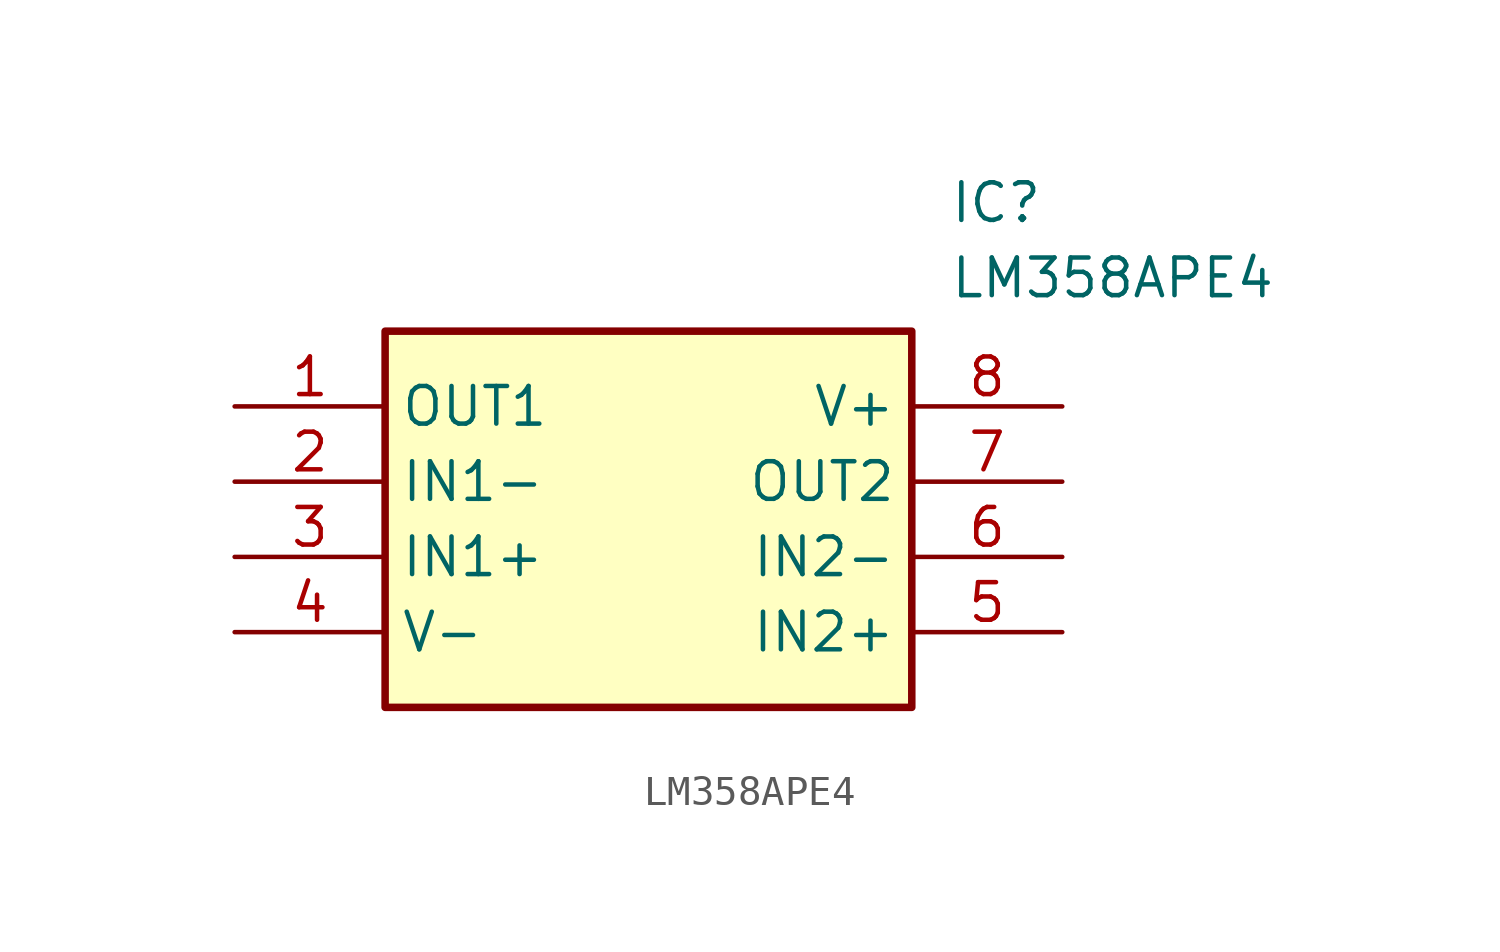
<source format=kicad_sym>
(kicad_symbol_lib
  (version 20211014)
  (generator SamacSys_ECAD_Model)
  (symbol "LM358APE4"
    (property "Reference" "IC"
      (at 24.13 7.62 0)
      (effects (font (size 1.27 1.27)) (justify left top)))
    (property "Value" "LM358APE4"
      (at 24.13 5.08 0)
      (effects (font (size 1.27 1.27)) (justify left top)))
    (rectangle
      (start 5.08 2.54)
      (end 22.86 -10.16)
      (stroke (width 0.254) (type default))
      (fill (type background)))
    (pin passive line
      (at 0 0 0)
      (length 5.08)
      (name "OUT1" (effects (font (size 1.27 1.27))))
      (number "1" (effects (font (size 1.27 1.27)))))
    (pin passive line
      (at 0 -2.54 0)
      (length 5.08)
      (name "IN1-" (effects (font (size 1.27 1.27))))
      (number "2" (effects (font (size 1.27 1.27)))))
    (pin passive line
      (at 0 -5.08 0)
      (length 5.08)
      (name "IN1+" (effects (font (size 1.27 1.27))))
      (number "3" (effects (font (size 1.27 1.27)))))
    (pin passive line
      (at 0 -7.62 0)
      (length 5.08)
      (name "V-" (effects (font (size 1.27 1.27))))
      (number "4" (effects (font (size 1.27 1.27)))))
    (pin passive line
      (at 27.94 0 180)
      (length 5.08)
      (name "V+" (effects (font (size 1.27 1.27))))
      (number "8" (effects (font (size 1.27 1.27)))))
    (pin passive line
      (at 27.94 -2.54 180)
      (length 5.08)
      (name "OUT2" (effects (font (size 1.27 1.27))))
      (number "7" (effects (font (size 1.27 1.27)))))
    (pin passive line
      (at 27.94 -5.08 180)
      (length 5.08)
      (name "IN2-" (effects (font (size 1.27 1.27))))
      (number "6" (effects (font (size 1.27 1.27)))))
    (pin passive line
      (at 27.94 -7.62 180)
      (length 5.08)
      (name "IN2+" (effects (font (size 1.27 1.27))))
      (number "5" (effects (font (size 1.27 1.27)))))))
</source>
